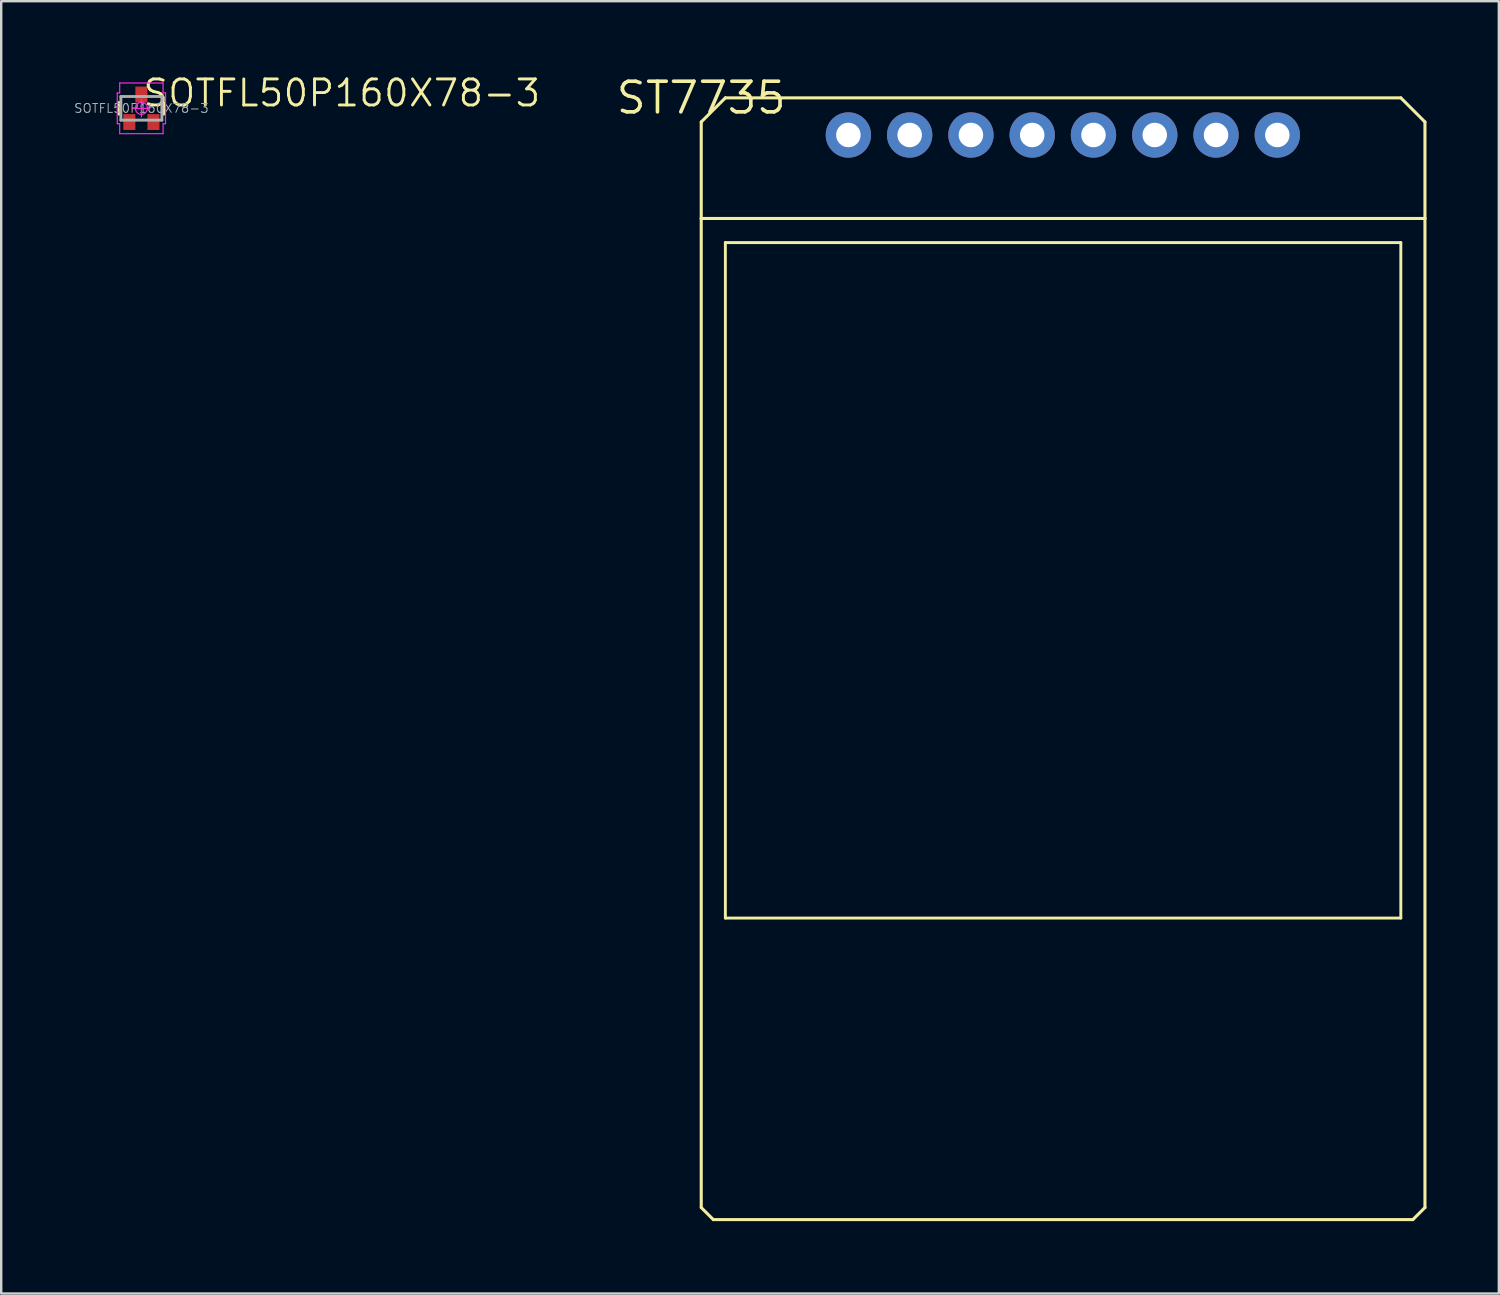
<source format=kicad_pcb>
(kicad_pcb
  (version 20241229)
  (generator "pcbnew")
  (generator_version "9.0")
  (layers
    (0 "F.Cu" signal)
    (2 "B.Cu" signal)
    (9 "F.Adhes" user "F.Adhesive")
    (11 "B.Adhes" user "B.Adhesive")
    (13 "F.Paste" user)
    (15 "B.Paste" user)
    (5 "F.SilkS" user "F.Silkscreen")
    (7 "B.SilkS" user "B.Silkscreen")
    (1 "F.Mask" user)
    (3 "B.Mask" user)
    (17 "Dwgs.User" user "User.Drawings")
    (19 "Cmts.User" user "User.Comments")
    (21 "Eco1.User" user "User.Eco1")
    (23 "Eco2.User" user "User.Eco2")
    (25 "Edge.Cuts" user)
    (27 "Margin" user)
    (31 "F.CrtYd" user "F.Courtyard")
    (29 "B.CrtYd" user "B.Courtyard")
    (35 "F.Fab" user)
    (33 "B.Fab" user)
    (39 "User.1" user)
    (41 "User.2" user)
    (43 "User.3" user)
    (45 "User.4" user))
  (footprint "SOTFL50P160X78-3"
    (layer "F.Cu")
    (at 2.811 1.44)
    (property "Reference" "SOTFL50P160X78-3" (at 0 0 0) (unlocked yes) (layer "F.Fab") (effects (font (size 0.366 0.366) (thickness 0.041))))
    (fp_poly (pts (xy -0.245 0.905) (xy -0.755 0.905) (xy -0.755 0.235) (xy -0.245 0.235)) (stroke (width 0) (type default)) (fill yes) (layer "F.Mask"))
    (fp_poly (pts (xy 0.255 -0.235) (xy -0.255 -0.235) (xy -0.255 -0.905) (xy 0.255 -0.905)) (stroke (width 0) (type default)) (fill yes) (layer "F.Mask"))
    (fp_poly (pts (xy 0.755 0.905) (xy 0.245 0.905) (xy 0.245 0.235) (xy 0.755 0.235)) (stroke (width 0) (type default)) (fill yes) (layer "F.Mask"))
    (fp_line (start -0.93 0.24) (end -0.93 -0.24) (stroke (width 0.12) (type solid)) (layer "F.SilkS"))
    (fp_line (start 0.93 0.24) (end 0.93 -0.24) (stroke (width 0.12) (type solid)) (layer "F.SilkS"))
    (fp_poly (pts (xy -0.258 0.235) (xy -0.255 0.236) (xy -0.253 0.237) (xy -0.251 0.238) (xy -0.249 0.239) (xy -0.248 0.241) (xy -0.247 0.243) (xy -0.246 0.245) (xy -0.245 0.248) (xy -0.245 0.25) (xy -0.245 0.89) (xy -0.245 0.892) (xy -0.246 0.895) (xy -0.247 0.897) (xy -0.248 0.899) (xy -0.249 0.901) (xy -0.251 0.902) (xy -0.253 0.903) (xy -0.255 0.904) (xy -0.258 0.905) (xy -0.74 0.905) (xy -0.742 0.905) (xy -0.745 0.904) (xy -0.747 0.903) (xy -0.749 0.902) (xy -0.751 0.901) (xy -0.752 0.899) (xy -0.753 0.897) (xy -0.754 0.895) (xy -0.755 0.892) (xy -0.755 0.89) (xy -0.755 0.25) (xy -0.755 0.248) (xy -0.754 0.245) (xy -0.753 0.243) (xy -0.752 0.241) (xy -0.751 0.239) (xy -0.749 0.238) (xy -0.747 0.237) (xy -0.745 0.236) (xy -0.742 0.235) (xy -0.26 0.235)) (stroke (width 0) (type default)) (fill yes) (layer "F.Paste"))
    (fp_poly (pts (xy 0.242 -0.905) (xy 0.245 -0.904) (xy 0.247 -0.903) (xy 0.249 -0.902) (xy 0.251 -0.901) (xy 0.252 -0.899) (xy 0.253 -0.897) (xy 0.254 -0.895) (xy 0.255 -0.892) (xy 0.255 -0.89) (xy 0.255 -0.25) (xy 0.255 -0.248) (xy 0.254 -0.245) (xy 0.253 -0.243) (xy 0.252 -0.241) (xy 0.251 -0.239) (xy 0.249 -0.238) (xy 0.247 -0.237) (xy 0.245 -0.236) (xy 0.242 -0.235) (xy -0.24 -0.235) (xy -0.242 -0.235) (xy -0.245 -0.236) (xy -0.247 -0.237) (xy -0.249 -0.238) (xy -0.251 -0.239) (xy -0.252 -0.241) (xy -0.253 -0.243) (xy -0.254 -0.245) (xy -0.255 -0.248) (xy -0.255 -0.25) (xy -0.255 -0.89) (xy -0.255 -0.892) (xy -0.254 -0.895) (xy -0.253 -0.897) (xy -0.252 -0.899) (xy -0.251 -0.901) (xy -0.249 -0.902) (xy -0.247 -0.903) (xy -0.245 -0.904) (xy -0.242 -0.905) (xy 0.24 -0.905)) (stroke (width 0) (type default)) (fill yes) (layer "F.Paste"))
    (fp_poly (pts (xy 0.742 0.235) (xy 0.745 0.236) (xy 0.747 0.237) (xy 0.749 0.238) (xy 0.751 0.239) (xy 0.752 0.241) (xy 0.753 0.243) (xy 0.754 0.245) (xy 0.755 0.248) (xy 0.755 0.25) (xy 0.755 0.89) (xy 0.755 0.892) (xy 0.754 0.895) (xy 0.753 0.897) (xy 0.752 0.899) (xy 0.751 0.901) (xy 0.749 0.902) (xy 0.747 0.903) (xy 0.745 0.904) (xy 0.742 0.905) (xy 0.26 0.905) (xy 0.258 0.905) (xy 0.255 0.904) (xy 0.253 0.903) (xy 0.251 0.902) (xy 0.249 0.901) (xy 0.248 0.899) (xy 0.247 0.897) (xy 0.246 0.895) (xy 0.245 0.892) (xy 0.245 0.89) (xy 0.245 0.25) (xy 0.245 0.248) (xy 0.246 0.245) (xy 0.247 0.243) (xy 0.248 0.241) (xy 0.249 0.239) (xy 0.251 0.238) (xy 0.253 0.237) (xy 0.255 0.236) (xy 0.258 0.235) (xy 0.74 0.235)) (stroke (width 0) (type default)) (fill yes) (layer "F.Paste"))
    (fp_line (start -1 -0.64) (end -1 0.64) (stroke (width 0.05) (type solid)) (layer "F.CrtYd"))
    (fp_line (start -1 0.64) (end -0.9 0.64) (stroke (width 0.05) (type solid)) (layer "F.CrtYd"))
    (fp_line (start -0.9 -1.05) (end -0.9 -0.64) (stroke (width 0.05) (type solid)) (layer "F.CrtYd"))
    (fp_line (start -0.9 -0.64) (end -1 -0.64) (stroke (width 0.05) (type solid)) (layer "F.CrtYd"))
    (fp_line (start -0.9 0.64) (end -0.9 1.05) (stroke (width 0.05) (type solid)) (layer "F.CrtYd"))
    (fp_line (start -0.9 1.05) (end 0.9 1.05) (stroke (width 0.05) (type solid)) (layer "F.CrtYd"))
    (fp_line (start -0.35 0) (end 0.35 0) (stroke (width 0.05) (type solid)) (layer "F.CrtYd"))
    (fp_line (start 0 -0.35) (end 0 0.35) (stroke (width 0.05) (type solid)) (layer "F.CrtYd"))
    (fp_line (start 0.9 -1.05) (end -0.9 -1.05) (stroke (width 0.05) (type solid)) (layer "F.CrtYd"))
    (fp_line (start 0.9 -0.64) (end 0.9 -1.05) (stroke (width 0.05) (type solid)) (layer "F.CrtYd"))
    (fp_line (start 0.9 0.64) (end 1 0.64) (stroke (width 0.05) (type solid)) (layer "F.CrtYd"))
    (fp_line (start 0.9 1.05) (end 0.9 0.64) (stroke (width 0.05) (type solid)) (layer "F.CrtYd"))
    (fp_line (start 1 -0.64) (end 0.9 -0.64) (stroke (width 0.05) (type solid)) (layer "F.CrtYd"))
    (fp_line (start 1 0.64) (end 1 -0.64) (stroke (width 0.05) (type solid)) (layer "F.CrtYd"))
    (fp_circle (center 0 0) (end 0.25 0) (stroke (width 0.05) (type solid)) (fill no) (layer "F.CrtYd"))
    (fp_line (start -0.85 -0.49) (end 0.85 -0.49) (stroke (width 0.12) (type solid)) (layer "F.Fab"))
    (fp_line (start -0.85 0.49) (end -0.85 -0.49) (stroke (width 0.12) (type solid)) (layer "F.Fab"))
    (fp_line (start 0.85 -0.49) (end 0.85 0.49) (stroke (width 0.12) (type solid)) (layer "F.Fab"))
    (fp_line (start 0.85 0.49) (end -0.85 0.49) (stroke (width 0.12) (type solid)) (layer "F.Fab"))
    (fp_text user "${REFERENCE}" (at 0 0 0) (unlocked yes) (layer "F.SilkS") (effects (font (size 1.08 1.08) (thickness 0.12)) (justify left bottom)))
    (pad "D" smd roundrect (at 0 -0.57 90) (size 0.66 0.5) (layers "F.Cu") (roundrect_rratio 0.02))
    (pad "G" smd roundrect (at -0.5 0.57 270) (size 0.66 0.5) (layers "F.Cu") (roundrect_rratio 0.02))
    (pad "S" smd roundrect (at 0.5 0.57 270) (size 0.66 0.5) (layers "F.Cu") (roundrect_rratio 0.02)))
  (footprint "ST7735"
    (layer "F.Cu")
    (at 26.018 1.006)
    (property "Reference" "ST7735" (at 0 0 0) (layer "F.SilkS") (effects (font (size 1.27 1.27) (thickness 0.15))))
    (attr through_hole)
    (fp_line (start 0 1) (end 1 0) (stroke (width 0.127) (type solid)) (layer "F.SilkS"))
    (fp_line (start 0 5) (end 0 1) (stroke (width 0.127) (type solid)) (layer "F.SilkS"))
    (fp_line (start 0 5) (end 0 46) (stroke (width 0.127) (type solid)) (layer "F.SilkS"))
    (fp_line (start 0 5) (end 30 5) (stroke (width 0.127) (type solid)) (layer "F.SilkS"))
    (fp_line (start 0 46) (end 0.5 46.5) (stroke (width 0.127) (type solid)) (layer "F.SilkS"))
    (fp_line (start 1 0) (end 29 0) (stroke (width 0.127) (type solid)) (layer "F.SilkS"))
    (fp_line (start 1 6) (end 1 34) (stroke (width 0.12) (type solid)) (layer "F.SilkS"))
    (fp_line (start 1 6) (end 29 6) (stroke (width 0.12) (type solid)) (layer "F.SilkS"))
    (fp_line (start 1 34) (end 29 34) (stroke (width 0.12) (type solid)) (layer "F.SilkS"))
    (fp_line (start 29 0) (end 30 1) (stroke (width 0.127) (type solid)) (layer "F.SilkS"))
    (fp_line (start 29 6) (end 29 34) (stroke (width 0.12) (type solid)) (layer "F.SilkS"))
    (fp_line (start 29.5 46.5) (end 0.5 46.5) (stroke (width 0.127) (type solid)) (layer "F.SilkS"))
    (fp_line (start 30 1) (end 30 5) (stroke (width 0.127) (type solid)) (layer "F.SilkS"))
    (fp_line (start 30 5) (end 30 46) (stroke (width 0.127) (type solid)) (layer "F.SilkS"))
    (fp_line (start 30 46) (end 29.5 46.5) (stroke (width 0.127) (type solid)) (layer "F.SilkS"))
    (fp_poly (pts (xy 5.846 1.794) (xy 6.354 1.794) (xy 6.354 1.286) (xy 5.846 1.286)) (stroke (width 0.1) (type solid)) (fill no) (layer "F.Fab"))
    (fp_poly (pts (xy 8.386 1.794) (xy 8.894 1.794) (xy 8.894 1.286) (xy 8.386 1.286)) (stroke (width 0.1) (type solid)) (fill no) (layer "F.Fab"))
    (fp_poly (pts (xy 10.926 1.794) (xy 11.434 1.794) (xy 11.434 1.286) (xy 10.926 1.286)) (stroke (width 0.1) (type solid)) (fill no) (layer "F.Fab"))
    (fp_poly (pts (xy 13.466 1.794) (xy 13.974 1.794) (xy 13.974 1.286) (xy 13.466 1.286)) (stroke (width 0.1) (type solid)) (fill no) (layer "F.Fab"))
    (fp_poly (pts (xy 16.006 1.794) (xy 16.514 1.794) (xy 16.514 1.286) (xy 16.006 1.286)) (stroke (width 0.1) (type solid)) (fill no) (layer "F.Fab"))
    (fp_poly (pts (xy 18.546 1.794) (xy 19.054 1.794) (xy 19.054 1.286) (xy 18.546 1.286)) (stroke (width 0.1) (type solid)) (fill no) (layer "F.Fab"))
    (fp_poly (pts (xy 21.086 1.794) (xy 21.594 1.794) (xy 21.594 1.286) (xy 21.086 1.286)) (stroke (width 0.1) (type solid)) (fill no) (layer "F.Fab"))
    (fp_poly (pts (xy 23.626 1.794) (xy 24.134 1.794) (xy 24.134 1.286) (xy 23.626 1.286)) (stroke (width 0.1) (type solid)) (fill no) (layer "F.Fab"))
    (pad "1" thru_hole circle (at 6.1 1.54 90) (size 1.88 1.88) (drill 1.016) (layers "*.Cu" "*.Mask"))
    (pad "2" thru_hole circle (at 8.64 1.54 90) (size 1.88 1.88) (drill 1.016) (layers "*.Cu" "*.Mask"))
    (pad "3" thru_hole circle (at 11.18 1.54 90) (size 1.88 1.88) (drill 1.016) (layers "*.Cu" "*.Mask"))
    (pad "4" thru_hole circle (at 13.72 1.54 90) (size 1.88 1.88) (drill 1.016) (layers "*.Cu" "*.Mask"))
    (pad "5" thru_hole circle (at 16.26 1.54 90) (size 1.88 1.88) (drill 1.016) (layers "*.Cu" "*.Mask"))
    (pad "6" thru_hole circle (at 18.8 1.54 90) (size 1.88 1.88) (drill 1.016) (layers "*.Cu" "*.Mask"))
    (pad "7" thru_hole circle (at 21.34 1.54 90) (size 1.88 1.88) (drill 1.016) (layers "*.Cu" "*.Mask"))
    (pad "8" thru_hole circle (at 23.88 1.54 90) (size 1.88 1.88) (drill 1.016) (layers "*.Cu" "*.Mask")))
  (gr_rect
    (start -3 -3)
    (end 59.081 50.57)
    (stroke (width 0.1) (type default))
    (fill no)
    (layer "Edge.Cuts")))
</source>
